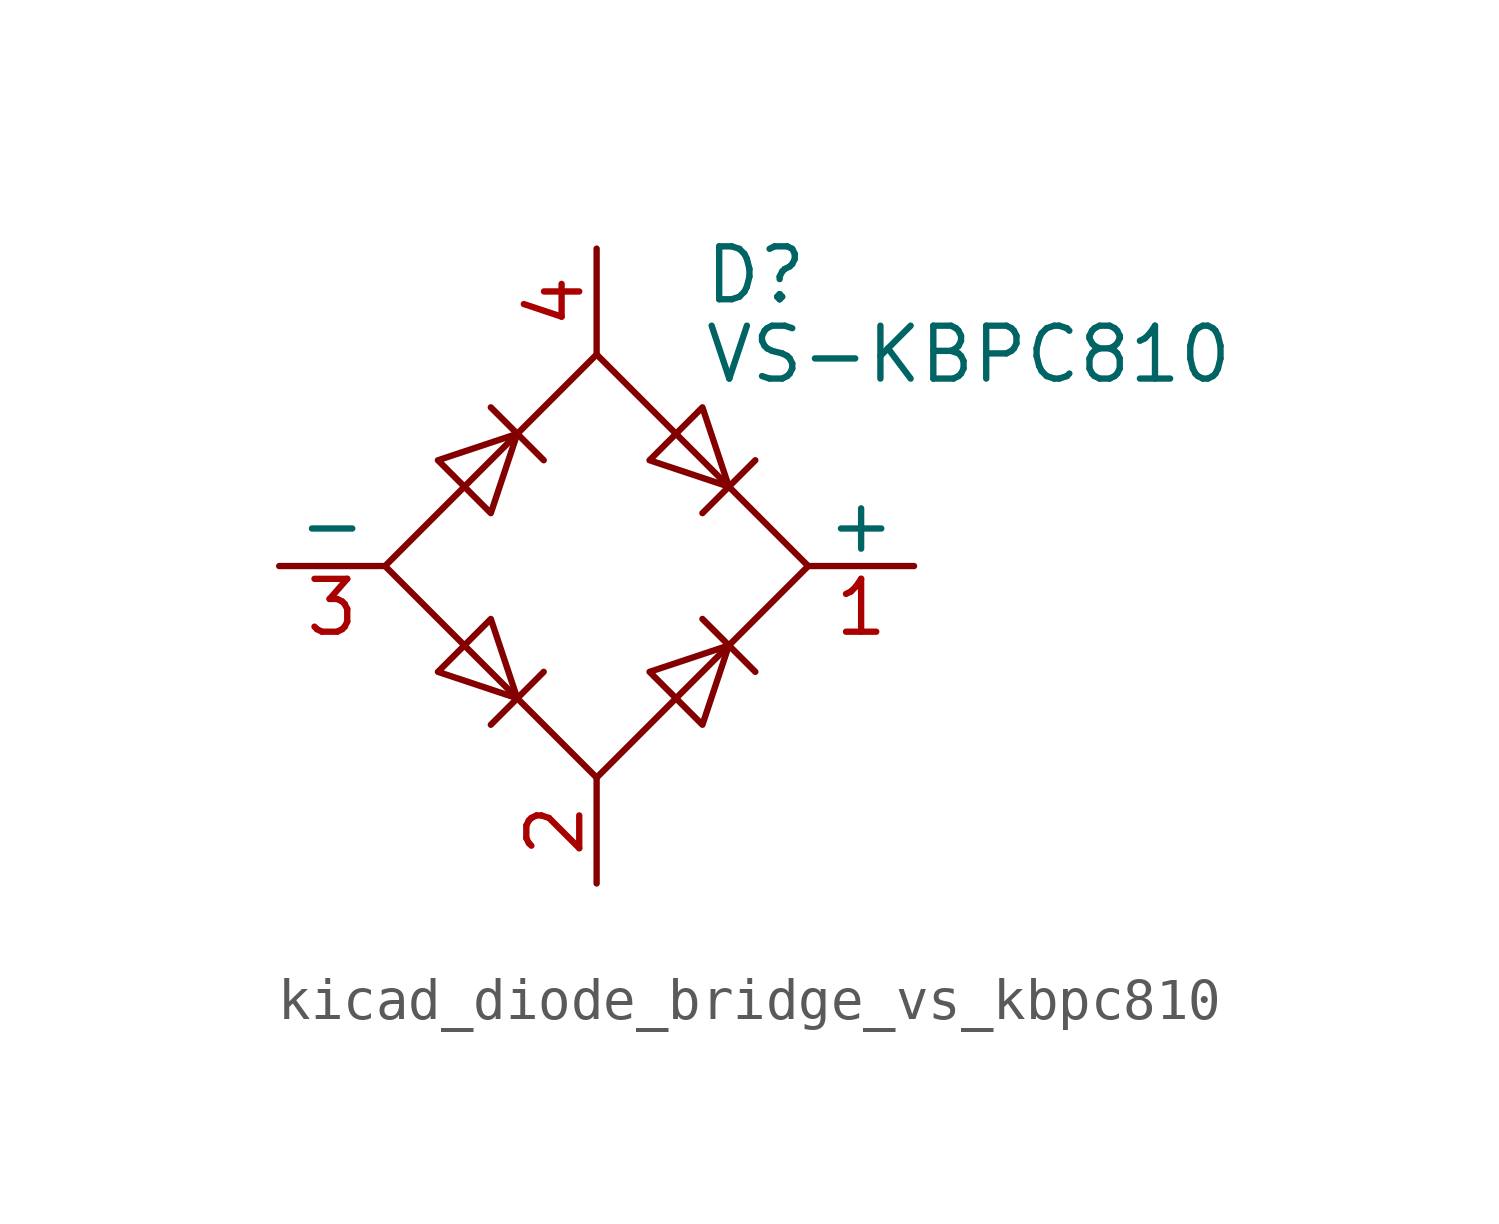
<source format=kicad_sym>
(kicad_symbol_lib
  (version 20220914)
  (generator kicad_symbol_editor)
  (symbol "kicad_diode_bridge_vs_kbpc810"
    (pin_names
      (offset 0))
    (property "Reference" "D"
      (at 2.54 6.985 0)
      (effects (font (size 1.27 1.27)) (justify left)))
    (property "Value" "VS-KBPC810"
      (at 2.54 5.08 0)
      (effects (font (size 1.27 1.27)) (justify left)))
    (symbol "kicad_diode_bridge_vs_kbpc810_0_1"
      (polyline (pts (xy -2.54 3.81) (xy -1.27 2.54)) (stroke (width 0) (type default)) (fill (type none)))
      (polyline (pts (xy -1.27 -2.54) (xy -2.54 -3.81)) (stroke (width 0) (type default)) (fill (type none)))
      (polyline (pts (xy 2.54 -1.27) (xy 3.81 -2.54)) (stroke (width 0) (type default)) (fill (type none)))
      (polyline (pts (xy 2.54 1.27) (xy 3.81 2.54)) (stroke (width 0) (type default)) (fill (type none)))
      (polyline (pts (xy -3.81 2.54) (xy -2.54 1.27) (xy -1.905 3.175) (xy -3.81 2.54)) (stroke (width 0) (type default)) (fill (type none)))
      (polyline (pts (xy -2.54 -1.27) (xy -3.81 -2.54) (xy -1.905 -3.175) (xy -2.54 -1.27)) (stroke (width 0) (type default)) (fill (type none)))
      (polyline (pts (xy 1.27 2.54) (xy 2.54 3.81) (xy 3.175 1.905) (xy 1.27 2.54)) (stroke (width 0) (type default)) (fill (type none)))
      (polyline (pts (xy 3.175 -1.905) (xy 1.27 -2.54) (xy 2.54 -3.81) (xy 3.175 -1.905)) (stroke (width 0) (type default)) (fill (type none)))
      (polyline (pts (xy -5.08 0) (xy 0 -5.08) (xy 5.08 0) (xy 0 5.08) (xy -5.08 0)) (stroke (width 0) (type default)) (fill (type none))))
    (symbol "kicad_diode_bridge_vs_kbpc810_1_1"
      (pin passive line (at 7.62 0 180) (length 2.54) (name "+" (effects (font (size 1.27 1.27)))) (number "1" (effects (font (size 1.27 1.27)))))
      (pin passive line (at 0 -7.62 90) (length 2.54) (name "~" (effects (font (size 1.27 1.27)))) (number "2" (effects (font (size 1.27 1.27)))))
      (pin passive line (at -7.62 0 0) (length 2.54) (name "-" (effects (font (size 1.27 1.27)))) (number "3" (effects (font (size 1.27 1.27)))))
      (pin passive line (at 0 7.62 270) (length 2.54) (name "~" (effects (font (size 1.27 1.27)))) (number "4" (effects (font (size 1.27 1.27))))))))
</source>
